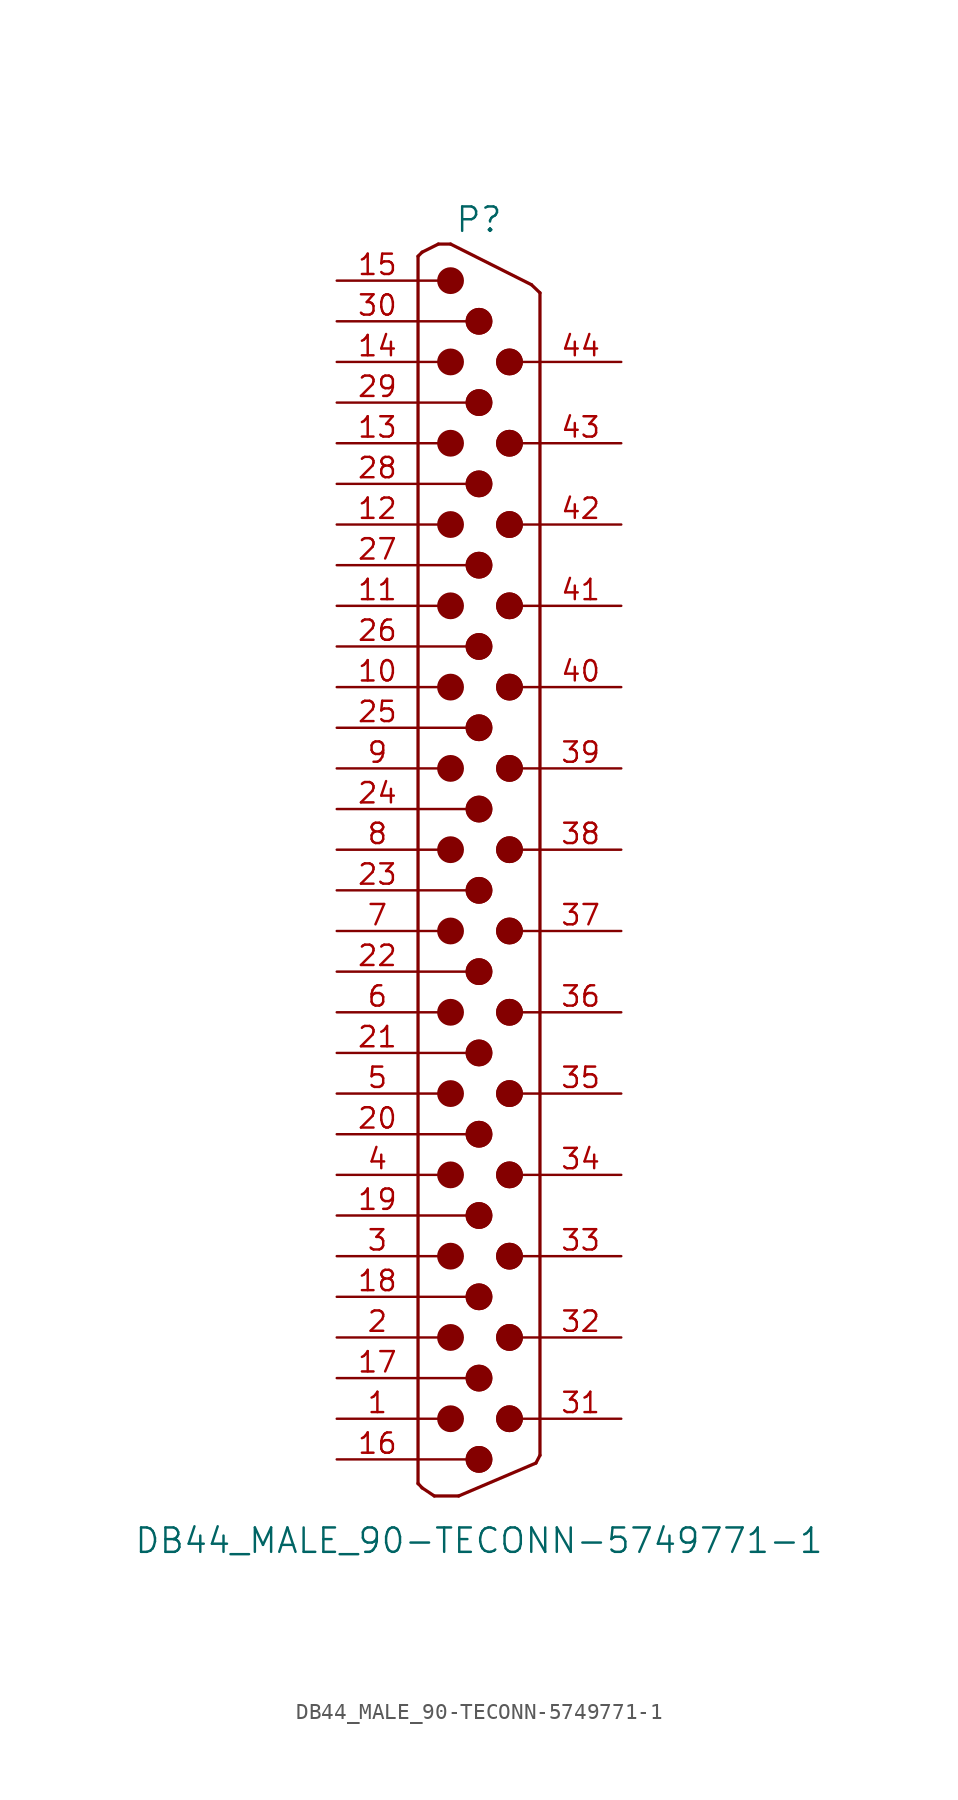
<source format=kicad_sym>
(kicad_symbol_lib
  (version 20201005)
  (generator kicad_symbol_editor)
  (symbol "DB44_MALE_90-TECONN-5749771-1"
    (pin_names
      (offset 1.016) hide)
    (property "Reference" "P"
      (at 0 39.37 0)
      (effects (font (size 1.524 1.524))))
    (property "Value" "DB44_MALE_90-TECONN-5749771-1"
      (at 0 -43.18 0)
      (effects (font (size 1.524 1.524))))
    (property "Footprint" ""
      (at -2.54 36.83 0)
      (effects (font (size 1.27 1.27))))
    (property "Datasheet" ""
      (at 0 -16.51 0)
      (effects (font (size 1.27 1.27))))
    (symbol "DB44_MALE_90-TECONN-5749771-1_0_1"
      (circle (center -1.778 -35.56) (radius 0.762) (stroke (width 0)) (fill (type outline)))
      (circle (center -1.778 -30.48) (radius 0.762) (stroke (width 0)) (fill (type outline)))
      (circle (center -1.778 -25.4) (radius 0.762) (stroke (width 0)) (fill (type outline)))
      (circle (center -1.778 -20.32) (radius 0.762) (stroke (width 0)) (fill (type outline)))
      (circle (center -1.778 -15.24) (radius 0.762) (stroke (width 0)) (fill (type outline)))
      (circle (center -1.778 -10.16) (radius 0.762) (stroke (width 0)) (fill (type outline)))
      (circle (center -1.778 -5.08) (radius 0.762) (stroke (width 0)) (fill (type outline)))
      (circle (center -1.778 0) (radius 0.762) (stroke (width 0)) (fill (type outline)))
      (circle (center -1.778 5.08) (radius 0.762) (stroke (width 0)) (fill (type outline)))
      (circle (center -1.778 10.16) (radius 0.762) (stroke (width 0)) (fill (type outline)))
      (circle (center -1.778 15.24) (radius 0.762) (stroke (width 0)) (fill (type outline)))
      (circle (center -1.778 20.32) (radius 0.762) (stroke (width 0)) (fill (type outline)))
      (circle (center -1.778 25.4) (radius 0.762) (stroke (width 0)) (fill (type outline)))
      (circle (center -1.778 30.48) (radius 0.762) (stroke (width 0)) (fill (type outline)))
      (circle (center -1.778 35.56) (radius 0.762) (stroke (width 0)) (fill (type outline)))
      (circle (center 0 -38.1) (radius 0.762) (stroke (width 0)) (fill (type outline)))
      (circle (center 0 -38.1) (radius 0.762) (stroke (width 0)) (fill (type outline)))
      (circle (center 0 -33.02) (radius 0.762) (stroke (width 0)) (fill (type outline)))
      (circle (center 0 -33.02) (radius 0.762) (stroke (width 0)) (fill (type outline)))
      (circle (center 0 -27.94) (radius 0.762) (stroke (width 0)) (fill (type outline)))
      (circle (center 0 -27.94) (radius 0.762) (stroke (width 0)) (fill (type outline)))
      (circle (center 0 -22.86) (radius 0.762) (stroke (width 0)) (fill (type outline)))
      (circle (center 0 -22.86) (radius 0.762) (stroke (width 0)) (fill (type outline)))
      (circle (center 0 -17.78) (radius 0.762) (stroke (width 0)) (fill (type outline)))
      (circle (center 0 -17.78) (radius 0.762) (stroke (width 0)) (fill (type outline)))
      (circle (center 0 -12.7) (radius 0.762) (stroke (width 0)) (fill (type outline)))
      (circle (center 0 -12.7) (radius 0.762) (stroke (width 0)) (fill (type outline)))
      (circle (center 0 -7.62) (radius 0.762) (stroke (width 0)) (fill (type outline)))
      (circle (center 0 -7.62) (radius 0.762) (stroke (width 0)) (fill (type outline)))
      (circle (center 0 -2.54) (radius 0.762) (stroke (width 0)) (fill (type outline)))
      (circle (center 0 -2.54) (radius 0.762) (stroke (width 0)) (fill (type outline)))
      (circle (center 0 2.54) (radius 0.762) (stroke (width 0)) (fill (type outline)))
      (circle (center 0 2.54) (radius 0.762) (stroke (width 0)) (fill (type outline)))
      (circle (center 0 7.62) (radius 0.762) (stroke (width 0)) (fill (type outline)))
      (circle (center 0 7.62) (radius 0.762) (stroke (width 0)) (fill (type outline)))
      (circle (center 0 12.7) (radius 0.762) (stroke (width 0)) (fill (type outline)))
      (circle (center 0 12.7) (radius 0.762) (stroke (width 0)) (fill (type outline)))
      (circle (center 0 17.78) (radius 0.762) (stroke (width 0)) (fill (type outline)))
      (circle (center 0 17.78) (radius 0.762) (stroke (width 0)) (fill (type outline)))
      (circle (center 0 22.86) (radius 0.762) (stroke (width 0)) (fill (type outline)))
      (circle (center 0 22.86) (radius 0.762) (stroke (width 0)) (fill (type outline)))
      (circle (center 0 27.94) (radius 0.762) (stroke (width 0)) (fill (type outline)))
      (circle (center 0 27.94) (radius 0.762) (stroke (width 0)) (fill (type outline)))
      (circle (center 0 33.02) (radius 0.762) (stroke (width 0)) (fill (type outline)))
      (circle (center 0 33.02) (radius 0.762) (stroke (width 0)) (fill (type outline)))
      (circle (center 1.905 -35.56) (radius 0.762) (stroke (width 0)) (fill (type outline)))
      (circle (center 1.905 -35.56) (radius 0.762) (stroke (width 0)) (fill (type outline)))
      (circle (center 1.905 -30.48) (radius 0.762) (stroke (width 0)) (fill (type outline)))
      (circle (center 1.905 -30.48) (radius 0.762) (stroke (width 0)) (fill (type outline)))
      (circle (center 1.905 -25.4) (radius 0.762) (stroke (width 0)) (fill (type outline)))
      (circle (center 1.905 -25.4) (radius 0.762) (stroke (width 0)) (fill (type outline)))
      (circle (center 1.905 -20.32) (radius 0.762) (stroke (width 0)) (fill (type outline)))
      (circle (center 1.905 -20.32) (radius 0.762) (stroke (width 0)) (fill (type outline)))
      (circle (center 1.905 -15.24) (radius 0.762) (stroke (width 0)) (fill (type outline)))
      (circle (center 1.905 -15.24) (radius 0.762) (stroke (width 0)) (fill (type outline)))
      (circle (center 1.905 -10.16) (radius 0.762) (stroke (width 0)) (fill (type outline)))
      (circle (center 1.905 -10.16) (radius 0.762) (stroke (width 0)) (fill (type outline)))
      (circle (center 1.905 -5.08) (radius 0.762) (stroke (width 0)) (fill (type outline)))
      (circle (center 1.905 -5.08) (radius 0.762) (stroke (width 0)) (fill (type outline)))
      (circle (center 1.905 0) (radius 0.762) (stroke (width 0)) (fill (type outline)))
      (circle (center 1.905 0) (radius 0.762) (stroke (width 0)) (fill (type outline)))
      (circle (center 1.905 5.08) (radius 0.762) (stroke (width 0)) (fill (type outline)))
      (circle (center 1.905 5.08) (radius 0.762) (stroke (width 0)) (fill (type outline)))
      (circle (center 1.905 10.16) (radius 0.762) (stroke (width 0)) (fill (type outline)))
      (circle (center 1.905 10.16) (radius 0.762) (stroke (width 0)) (fill (type outline)))
      (circle (center 1.905 15.24) (radius 0.762) (stroke (width 0)) (fill (type outline)))
      (circle (center 1.905 15.24) (radius 0.762) (stroke (width 0)) (fill (type outline)))
      (circle (center 1.905 20.32) (radius 0.762) (stroke (width 0)) (fill (type outline)))
      (circle (center 1.905 20.32) (radius 0.762) (stroke (width 0)) (fill (type outline)))
      (circle (center 1.905 25.4) (radius 0.762) (stroke (width 0)) (fill (type outline)))
      (circle (center 1.905 25.4) (radius 0.762) (stroke (width 0)) (fill (type outline)))
      (circle (center 1.905 30.48) (radius 0.762) (stroke (width 0)) (fill (type outline)))
      (circle (center 1.905 30.48) (radius 0.762) (stroke (width 0)) (fill (type outline)))
      (polyline (pts (xy -3.81 -39.624) (xy -3.81 37.084)) (stroke (width 0.203)) (fill (type none)))
      (polyline (pts (xy -3.81 -39.599) (xy -3.556 -39.878)) (stroke (width 0.203)) (fill (type none)))
      (polyline (pts (xy -3.81 -38.1) (xy -0.635 -38.1)) (stroke (width 0)) (fill (type none)))
      (polyline (pts (xy -3.81 -35.56) (xy -2.54 -35.56)) (stroke (width 0)) (fill (type none)))
      (polyline (pts (xy -3.81 -33.02) (xy -0.635 -33.02)) (stroke (width 0)) (fill (type none)))
      (polyline (pts (xy -3.81 -30.48) (xy -2.54 -30.48)) (stroke (width 0)) (fill (type none)))
      (polyline (pts (xy -3.81 -27.94) (xy -0.635 -27.94)) (stroke (width 0)) (fill (type none)))
      (polyline (pts (xy -3.81 -25.4) (xy -2.54 -25.4)) (stroke (width 0)) (fill (type none)))
      (polyline (pts (xy -3.81 -22.86) (xy -0.635 -22.86)) (stroke (width 0)) (fill (type none)))
      (polyline (pts (xy -3.81 -20.32) (xy -2.54 -20.32)) (stroke (width 0)) (fill (type none)))
      (polyline (pts (xy -3.81 -17.78) (xy -0.635 -17.78)) (stroke (width 0)) (fill (type none)))
      (polyline (pts (xy -3.81 -15.24) (xy -2.54 -15.24)) (stroke (width 0)) (fill (type none)))
      (polyline (pts (xy -3.81 -12.7) (xy -0.635 -12.7)) (stroke (width 0)) (fill (type none)))
      (polyline (pts (xy -3.81 -10.16) (xy -2.54 -10.16)) (stroke (width 0)) (fill (type none)))
      (polyline (pts (xy -3.81 -7.62) (xy -0.635 -7.62)) (stroke (width 0)) (fill (type none)))
      (polyline (pts (xy -3.81 -5.08) (xy -2.54 -5.08)) (stroke (width 0)) (fill (type none)))
      (polyline (pts (xy -3.81 -2.54) (xy -0.635 -2.54)) (stroke (width 0)) (fill (type none)))
      (polyline (pts (xy -3.81 0) (xy -2.54 0)) (stroke (width 0)) (fill (type none)))
      (polyline (pts (xy -3.81 2.54) (xy -0.635 2.54)) (stroke (width 0)) (fill (type none)))
      (polyline (pts (xy -3.81 5.08) (xy -2.54 5.08)) (stroke (width 0)) (fill (type none)))
      (polyline (pts (xy -3.81 7.62) (xy -0.635 7.62)) (stroke (width 0)) (fill (type none)))
      (polyline (pts (xy -3.81 10.16) (xy -2.54 10.16)) (stroke (width 0)) (fill (type none)))
      (polyline (pts (xy -3.81 12.7) (xy -0.635 12.7)) (stroke (width 0)) (fill (type none)))
      (polyline (pts (xy -3.81 15.24) (xy -2.54 15.24)) (stroke (width 0)) (fill (type none)))
      (polyline (pts (xy -3.81 17.78) (xy -0.635 17.78)) (stroke (width 0)) (fill (type none)))
      (polyline (pts (xy -3.81 20.32) (xy -2.54 20.32)) (stroke (width 0)) (fill (type none)))
      (polyline (pts (xy -3.81 22.86) (xy -0.635 22.86)) (stroke (width 0)) (fill (type none)))
      (polyline (pts (xy -3.81 25.4) (xy -2.54 25.4)) (stroke (width 0)) (fill (type none)))
      (polyline (pts (xy -3.81 27.94) (xy -0.635 27.94)) (stroke (width 0)) (fill (type none)))
      (polyline (pts (xy -3.81 30.48) (xy -2.54 30.48)) (stroke (width 0)) (fill (type none)))
      (polyline (pts (xy -3.81 33.02) (xy -0.635 33.02)) (stroke (width 0)) (fill (type none)))
      (polyline (pts (xy -3.81 35.56) (xy -2.54 35.56)) (stroke (width 0)) (fill (type none)))
      (polyline (pts (xy -3.556 -39.878) (xy -2.794 -40.386)) (stroke (width 0.203)) (fill (type none)))
      (polyline (pts (xy -3.556 37.338) (xy -3.81 37.084)) (stroke (width 0.203)) (fill (type none)))
      (polyline (pts (xy -3.556 37.338) (xy -2.54 37.846)) (stroke (width 0.203)) (fill (type none)))
      (polyline (pts (xy -2.794 -40.386) (xy -1.27 -40.386)) (stroke (width 0.203)) (fill (type none)))
      (polyline (pts (xy -2.54 37.846) (xy -1.778 37.846)) (stroke (width 0.203)) (fill (type none)))
      (polyline (pts (xy 3.277 35.306) (xy -1.778 37.846)) (stroke (width 0.203)) (fill (type none)))
      (polyline (pts (xy 3.277 35.306) (xy 3.81 34.798)) (stroke (width 0.203)) (fill (type none)))
      (polyline (pts (xy 3.556 -38.329) (xy -1.27 -40.386)) (stroke (width 0.203)) (fill (type none)))
      (polyline (pts (xy 3.81 -37.846) (xy 3.556 -38.329)) (stroke (width 0.203)) (fill (type none)))
      (polyline (pts (xy 3.81 -35.56) (xy 2.54 -35.56)) (stroke (width 0)) (fill (type none)))
      (polyline (pts (xy 3.81 -30.48) (xy 2.54 -30.48)) (stroke (width 0)) (fill (type none)))
      (polyline (pts (xy 3.81 -25.4) (xy 2.54 -25.4)) (stroke (width 0)) (fill (type none)))
      (polyline (pts (xy 3.81 -20.32) (xy 2.54 -20.32)) (stroke (width 0)) (fill (type none)))
      (polyline (pts (xy 3.81 -15.24) (xy 2.54 -15.24)) (stroke (width 0)) (fill (type none)))
      (polyline (pts (xy 3.81 -10.16) (xy 2.54 -10.16)) (stroke (width 0)) (fill (type none)))
      (polyline (pts (xy 3.81 -5.08) (xy 2.54 -5.08)) (stroke (width 0)) (fill (type none)))
      (polyline (pts (xy 3.81 0) (xy 2.54 0)) (stroke (width 0)) (fill (type none)))
      (polyline (pts (xy 3.81 5.08) (xy 2.54 5.08)) (stroke (width 0)) (fill (type none)))
      (polyline (pts (xy 3.81 10.16) (xy 2.54 10.16)) (stroke (width 0)) (fill (type none)))
      (polyline (pts (xy 3.81 15.24) (xy 2.54 15.24)) (stroke (width 0)) (fill (type none)))
      (polyline (pts (xy 3.81 20.32) (xy 2.54 20.32)) (stroke (width 0)) (fill (type none)))
      (polyline (pts (xy 3.81 25.4) (xy 2.54 25.4)) (stroke (width 0)) (fill (type none)))
      (polyline (pts (xy 3.81 30.48) (xy 2.54 30.48)) (stroke (width 0)) (fill (type none)))
      (polyline (pts (xy 3.81 34.798) (xy 3.81 -37.846)) (stroke (width 0.203)) (fill (type none))))
    (symbol "DB44_MALE_90-TECONN-5749771-1_1_1"
      (pin passive line (at -8.89 -35.56 0) (length 5.08) (name "P1" (effects (font (size 1.27 1.27)))) (number "1" (effects (font (size 1.27 1.27)))))
      (pin passive line (at -8.89 10.16 0) (length 5.08) (name "P10" (effects (font (size 1.27 1.27)))) (number "10" (effects (font (size 1.27 1.27)))))
      (pin passive line (at -8.89 15.24 0) (length 5.08) (name "P11" (effects (font (size 1.27 1.27)))) (number "11" (effects (font (size 1.27 1.27)))))
      (pin passive line (at -8.89 20.32 0) (length 5.08) (name "P12" (effects (font (size 1.27 1.27)))) (number "12" (effects (font (size 1.27 1.27)))))
      (pin passive line (at -8.89 25.4 0) (length 5.08) (name "P13" (effects (font (size 1.27 1.27)))) (number "13" (effects (font (size 1.27 1.27)))))
      (pin passive line (at -8.89 30.48 0) (length 5.08) (name "P14" (effects (font (size 1.27 1.27)))) (number "14" (effects (font (size 1.27 1.27)))))
      (pin passive line (at -8.89 35.56 0) (length 5.08) (name "P15" (effects (font (size 1.27 1.27)))) (number "15" (effects (font (size 1.27 1.27)))))
      (pin passive line (at -8.89 -38.1 0) (length 5.08) (name "P16" (effects (font (size 1.27 1.27)))) (number "16" (effects (font (size 1.27 1.27)))))
      (pin passive line (at -8.89 -33.02 0) (length 5.08) (name "P17" (effects (font (size 1.27 1.27)))) (number "17" (effects (font (size 1.27 1.27)))))
      (pin passive line (at -8.89 -27.94 0) (length 5.08) (name "P18" (effects (font (size 1.27 1.27)))) (number "18" (effects (font (size 1.27 1.27)))))
      (pin passive line (at -8.89 -22.86 0) (length 5.08) (name "P19" (effects (font (size 1.27 1.27)))) (number "19" (effects (font (size 1.27 1.27)))))
      (pin passive line (at -8.89 -30.48 0) (length 5.08) (name "P2" (effects (font (size 1.27 1.27)))) (number "2" (effects (font (size 1.27 1.27)))))
      (pin passive line (at -8.89 -17.78 0) (length 5.08) (name "P20" (effects (font (size 1.27 1.27)))) (number "20" (effects (font (size 1.27 1.27)))))
      (pin passive line (at -8.89 -12.7 0) (length 5.08) (name "P21" (effects (font (size 1.27 1.27)))) (number "21" (effects (font (size 1.27 1.27)))))
      (pin passive line (at -8.89 -7.62 0) (length 5.08) (name "P22" (effects (font (size 1.27 1.27)))) (number "22" (effects (font (size 1.27 1.27)))))
      (pin passive line (at -8.89 -2.54 0) (length 5.08) (name "P23" (effects (font (size 1.27 1.27)))) (number "23" (effects (font (size 1.27 1.27)))))
      (pin passive line (at -8.89 2.54 0) (length 5.08) (name "P24" (effects (font (size 1.27 1.27)))) (number "24" (effects (font (size 1.27 1.27)))))
      (pin passive line (at -8.89 7.62 0) (length 5.08) (name "P25" (effects (font (size 1.27 1.27)))) (number "25" (effects (font (size 1.27 1.27)))))
      (pin passive line (at -8.89 12.7 0) (length 5.08) (name "P26" (effects (font (size 1.27 1.27)))) (number "26" (effects (font (size 1.27 1.27)))))
      (pin passive line (at -8.89 17.78 0) (length 5.08) (name "P27" (effects (font (size 1.27 1.27)))) (number "27" (effects (font (size 1.27 1.27)))))
      (pin passive line (at -8.89 22.86 0) (length 5.08) (name "P28" (effects (font (size 1.27 1.27)))) (number "28" (effects (font (size 1.27 1.27)))))
      (pin passive line (at -8.89 27.94 0) (length 5.08) (name "P29" (effects (font (size 1.27 1.27)))) (number "29" (effects (font (size 1.27 1.27)))))
      (pin passive line (at -8.89 -25.4 0) (length 5.08) (name "P3" (effects (font (size 1.27 1.27)))) (number "3" (effects (font (size 1.27 1.27)))))
      (pin passive line (at -8.89 33.02 0) (length 5.08) (name "P30" (effects (font (size 1.27 1.27)))) (number "30" (effects (font (size 1.27 1.27)))))
      (pin passive line (at 8.89 -35.56 180) (length 5.08) (name "P31" (effects (font (size 1.27 1.27)))) (number "31" (effects (font (size 1.27 1.27)))))
      (pin passive line (at 8.89 -30.48 180) (length 5.08) (name "P32" (effects (font (size 1.27 1.27)))) (number "32" (effects (font (size 1.27 1.27)))))
      (pin passive line (at 8.89 -25.4 180) (length 5.08) (name "P33" (effects (font (size 1.27 1.27)))) (number "33" (effects (font (size 1.27 1.27)))))
      (pin passive line (at 8.89 -20.32 180) (length 5.08) (name "P34" (effects (font (size 1.27 1.27)))) (number "34" (effects (font (size 1.27 1.27)))))
      (pin passive line (at 8.89 -15.24 180) (length 5.08) (name "P35" (effects (font (size 1.27 1.27)))) (number "35" (effects (font (size 1.27 1.27)))))
      (pin passive line (at 8.89 -10.16 180) (length 5.08) (name "P36" (effects (font (size 1.27 1.27)))) (number "36" (effects (font (size 1.27 1.27)))))
      (pin passive line (at 8.89 -5.08 180) (length 5.08) (name "P37" (effects (font (size 1.27 1.27)))) (number "37" (effects (font (size 1.27 1.27)))))
      (pin passive line (at 8.89 0 180) (length 5.08) (name "P38" (effects (font (size 1.27 1.27)))) (number "38" (effects (font (size 1.27 1.27)))))
      (pin passive line (at 8.89 5.08 180) (length 5.08) (name "P39" (effects (font (size 1.27 1.27)))) (number "39" (effects (font (size 1.27 1.27)))))
      (pin passive line (at -8.89 -20.32 0) (length 5.08) (name "P4" (effects (font (size 1.27 1.27)))) (number "4" (effects (font (size 1.27 1.27)))))
      (pin passive line (at 8.89 10.16 180) (length 5.08) (name "P40" (effects (font (size 1.27 1.27)))) (number "40" (effects (font (size 1.27 1.27)))))
      (pin passive line (at 8.89 15.24 180) (length 5.08) (name "P41" (effects (font (size 1.27 1.27)))) (number "41" (effects (font (size 1.27 1.27)))))
      (pin passive line (at 8.89 20.32 180) (length 5.08) (name "P42" (effects (font (size 1.27 1.27)))) (number "42" (effects (font (size 1.27 1.27)))))
      (pin passive line (at 8.89 25.4 180) (length 5.08) (name "P43" (effects (font (size 1.27 1.27)))) (number "43" (effects (font (size 1.27 1.27)))))
      (pin passive line (at 8.89 30.48 180) (length 5.08) (name "P44" (effects (font (size 1.27 1.27)))) (number "44" (effects (font (size 1.27 1.27)))))
      (pin passive line (at -8.89 -15.24 0) (length 5.08) (name "P5" (effects (font (size 1.27 1.27)))) (number "5" (effects (font (size 1.27 1.27)))))
      (pin passive line (at -8.89 -10.16 0) (length 5.08) (name "P6" (effects (font (size 1.27 1.27)))) (number "6" (effects (font (size 1.27 1.27)))))
      (pin passive line (at -8.89 -5.08 0) (length 5.08) (name "P7" (effects (font (size 1.27 1.27)))) (number "7" (effects (font (size 1.27 1.27)))))
      (pin passive line (at -8.89 0 0) (length 5.08) (name "P8" (effects (font (size 1.27 1.27)))) (number "8" (effects (font (size 1.27 1.27)))))
      (pin passive line (at -8.89 5.08 0) (length 5.08) (name "P9" (effects (font (size 1.27 1.27)))) (number "9" (effects (font (size 1.27 1.27))))))))
</source>
